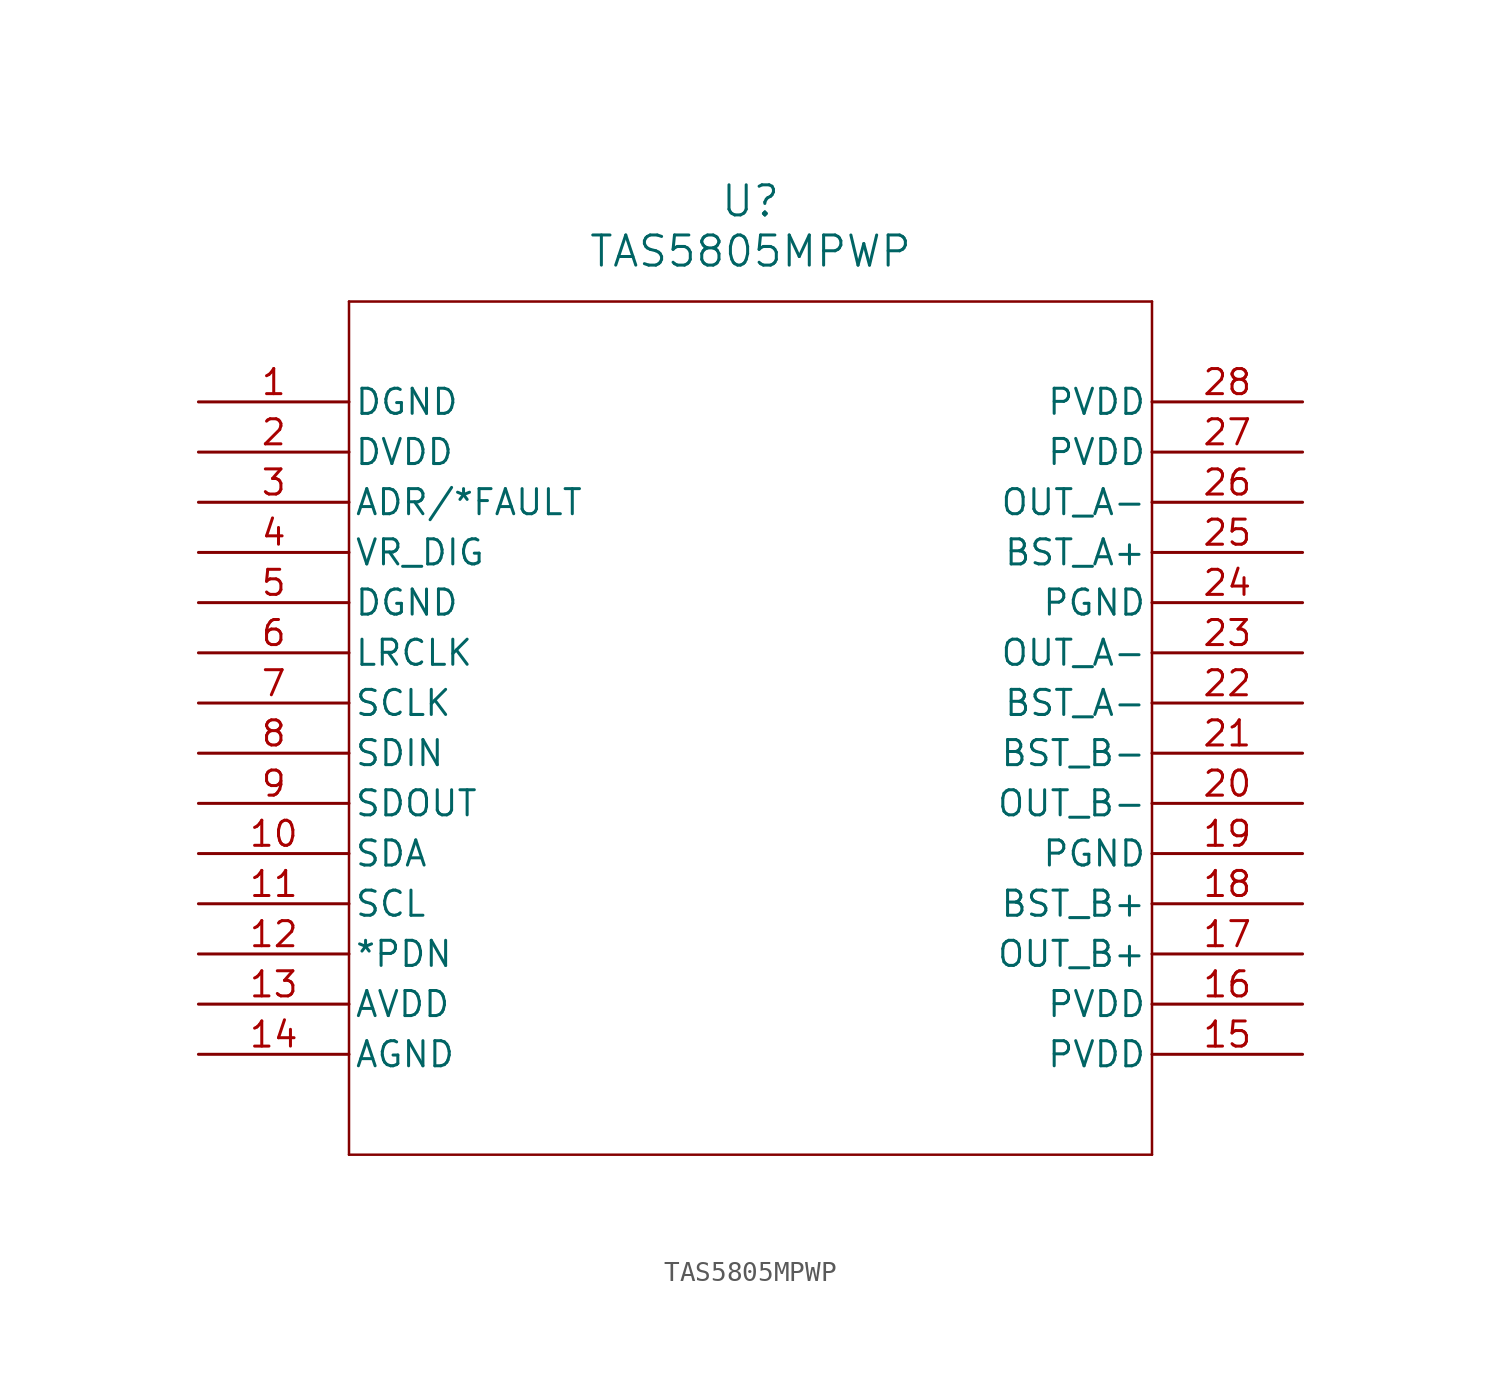
<source format=kicad_sym>
(kicad_symbol_lib
  (version 20211014)
  (generator kicad_symbol_editor)
  (symbol "TAS5805MPWP"
    (pin_names
      (offset 0.254))
    (property "Reference" "U"
      (at 27.94 10.16 0)
      (effects (font (size 1.524 1.524))))
    (property "Value" "TAS5805MPWP"
      (at 27.94 7.62 0)
      (effects (font (size 1.524 1.524))))
    (symbol "TAS5805MPWP_0_1"
      (polyline (pts (xy 7.62 5.08) (xy 7.62 -38.1)) (stroke (width 0.127) (type default) (color 0 0 0 0)) (fill (type none)))
      (polyline (pts (xy 7.62 -38.1) (xy 48.26 -38.1)) (stroke (width 0.127) (type default) (color 0 0 0 0)) (fill (type none)))
      (polyline (pts (xy 48.26 -38.1) (xy 48.26 5.08)) (stroke (width 0.127) (type default) (color 0 0 0 0)) (fill (type none)))
      (polyline (pts (xy 48.26 5.08) (xy 7.62 5.08)) (stroke (width 0.127) (type default) (color 0 0 0 0)) (fill (type none)))
      (pin power_out line (at 0 0 0) (length 7.62) (name "DGND" (effects (font (size 1.27 1.27)))) (number "1" (effects (font (size 1.27 1.27)))))
      (pin power_in line (at 0 -2.54 0) (length 7.62) (name "DVDD" (effects (font (size 1.27 1.27)))) (number "2" (effects (font (size 1.27 1.27)))))
      (pin bidirectional line (at 0 -5.08 0) (length 7.62) (name "ADR/*FAULT" (effects (font (size 1.27 1.27)))) (number "3" (effects (font (size 1.27 1.27)))))
      (pin power_in line (at 0 -7.62 0) (length 7.62) (name "VR_DIG" (effects (font (size 1.27 1.27)))) (number "4" (effects (font (size 1.27 1.27)))))
      (pin power_out line (at 0 -10.16 0) (length 7.62) (name "DGND" (effects (font (size 1.27 1.27)))) (number "5" (effects (font (size 1.27 1.27)))))
      (pin input line (at 0 -12.7 0) (length 7.62) (name "LRCLK" (effects (font (size 1.27 1.27)))) (number "6" (effects (font (size 1.27 1.27)))))
      (pin input line (at 0 -15.24 0) (length 7.62) (name "SCLK" (effects (font (size 1.27 1.27)))) (number "7" (effects (font (size 1.27 1.27)))))
      (pin input line (at 0 -17.78 0) (length 7.62) (name "SDIN" (effects (font (size 1.27 1.27)))) (number "8" (effects (font (size 1.27 1.27)))))
      (pin output line (at 0 -20.32 0) (length 7.62) (name "SDOUT" (effects (font (size 1.27 1.27)))) (number "9" (effects (font (size 1.27 1.27)))))
      (pin bidirectional line (at 0 -22.86 0) (length 7.62) (name "SDA" (effects (font (size 1.27 1.27)))) (number "10" (effects (font (size 1.27 1.27)))))
      (pin input line (at 0 -25.4 0) (length 7.62) (name "SCL" (effects (font (size 1.27 1.27)))) (number "11" (effects (font (size 1.27 1.27)))))
      (pin input line (at 0 -27.94 0) (length 7.62) (name "*PDN" (effects (font (size 1.27 1.27)))) (number "12" (effects (font (size 1.27 1.27)))))
      (pin power_in line (at 0 -30.48 0) (length 7.62) (name "AVDD" (effects (font (size 1.27 1.27)))) (number "13" (effects (font (size 1.27 1.27)))))
      (pin power_out line (at 0 -33.02 0) (length 7.62) (name "AGND" (effects (font (size 1.27 1.27)))) (number "14" (effects (font (size 1.27 1.27)))))
      (pin power_in line (at 55.88 -33.02 180) (length 7.62) (name "PVDD" (effects (font (size 1.27 1.27)))) (number "15" (effects (font (size 1.27 1.27)))))
      (pin power_in line (at 55.88 -30.48 180) (length 7.62) (name "PVDD" (effects (font (size 1.27 1.27)))) (number "16" (effects (font (size 1.27 1.27)))))
      (pin output line (at 55.88 -27.94 180) (length 7.62) (name "OUT_B+" (effects (font (size 1.27 1.27)))) (number "17" (effects (font (size 1.27 1.27)))))
      (pin power_in line (at 55.88 -25.4 180) (length 7.62) (name "BST_B+" (effects (font (size 1.27 1.27)))) (number "18" (effects (font (size 1.27 1.27)))))
      (pin power_out line (at 55.88 -22.86 180) (length 7.62) (name "PGND" (effects (font (size 1.27 1.27)))) (number "19" (effects (font (size 1.27 1.27)))))
      (pin output line (at 55.88 -20.32 180) (length 7.62) (name "OUT_B-" (effects (font (size 1.27 1.27)))) (number "20" (effects (font (size 1.27 1.27)))))
      (pin power_in line (at 55.88 -17.78 180) (length 7.62) (name "BST_B-" (effects (font (size 1.27 1.27)))) (number "21" (effects (font (size 1.27 1.27)))))
      (pin power_in line (at 55.88 -15.24 180) (length 7.62) (name "BST_A-" (effects (font (size 1.27 1.27)))) (number "22" (effects (font (size 1.27 1.27)))))
      (pin output line (at 55.88 -12.7 180) (length 7.62) (name "OUT_A-" (effects (font (size 1.27 1.27)))) (number "23" (effects (font (size 1.27 1.27)))))
      (pin power_out line (at 55.88 -10.16 180) (length 7.62) (name "PGND" (effects (font (size 1.27 1.27)))) (number "24" (effects (font (size 1.27 1.27)))))
      (pin power_in line (at 55.88 -7.62 180) (length 7.62) (name "BST_A+" (effects (font (size 1.27 1.27)))) (number "25" (effects (font (size 1.27 1.27)))))
      (pin output line (at 55.88 -5.08 180) (length 7.62) (name "OUT_A-" (effects (font (size 1.27 1.27)))) (number "26" (effects (font (size 1.27 1.27)))))
      (pin power_in line (at 55.88 -2.54 180) (length 7.62) (name "PVDD" (effects (font (size 1.27 1.27)))) (number "27" (effects (font (size 1.27 1.27)))))
      (pin power_in line (at 55.88 0 180) (length 7.62) (name "PVDD" (effects (font (size 1.27 1.27)))) (number "28" (effects (font (size 1.27 1.27))))))))
</source>
